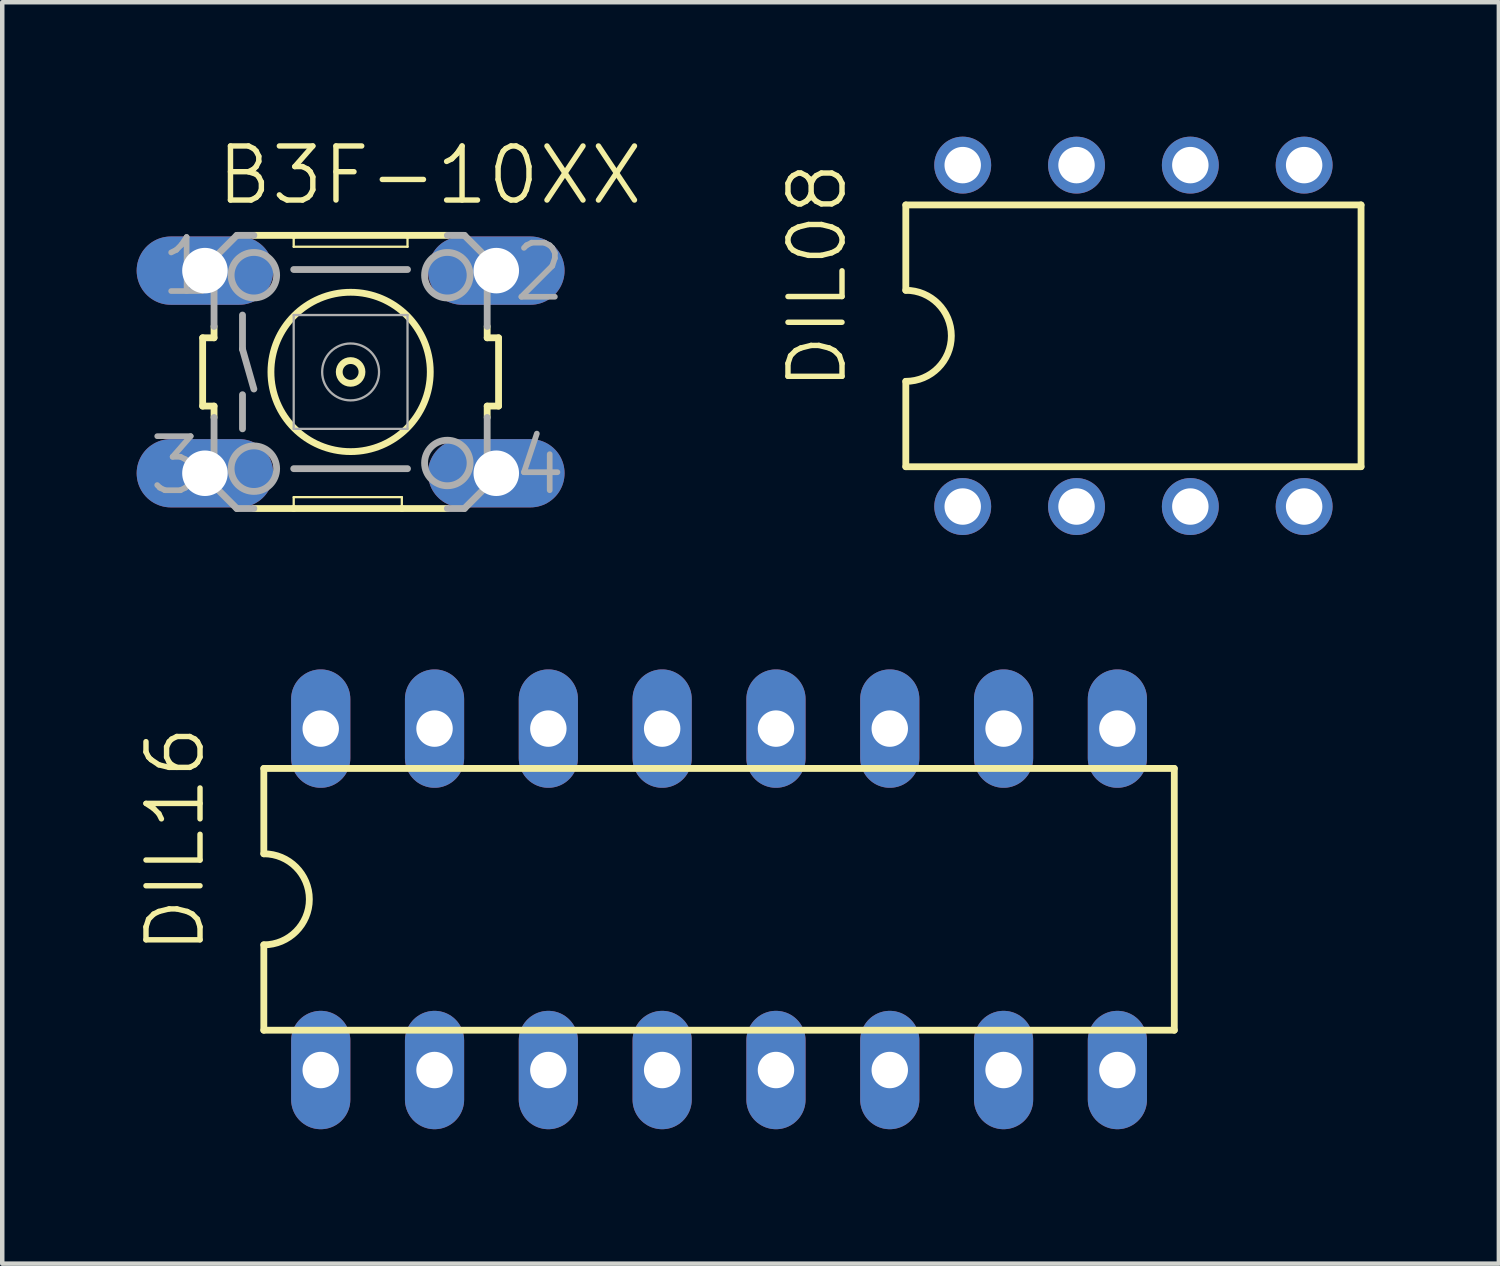
<source format=kicad_pcb>
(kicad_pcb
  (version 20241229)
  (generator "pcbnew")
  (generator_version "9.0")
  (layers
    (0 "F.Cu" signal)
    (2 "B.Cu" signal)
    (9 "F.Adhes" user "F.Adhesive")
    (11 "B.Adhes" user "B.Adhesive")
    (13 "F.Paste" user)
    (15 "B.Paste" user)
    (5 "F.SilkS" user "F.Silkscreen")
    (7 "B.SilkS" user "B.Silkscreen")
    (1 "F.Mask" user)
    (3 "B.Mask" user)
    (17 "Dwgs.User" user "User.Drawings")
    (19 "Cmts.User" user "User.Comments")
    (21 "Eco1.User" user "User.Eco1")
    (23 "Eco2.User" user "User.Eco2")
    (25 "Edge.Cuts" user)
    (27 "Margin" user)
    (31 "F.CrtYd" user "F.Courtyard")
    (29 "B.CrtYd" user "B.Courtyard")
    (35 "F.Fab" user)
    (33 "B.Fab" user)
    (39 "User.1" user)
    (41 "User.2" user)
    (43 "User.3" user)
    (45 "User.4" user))
  (footprint "DIL08"
    (layer "F.Cu")
    (at 22.246 4.445)
    (property "Reference" "DIL08" (at -6.35 1.27 90) (layer "F.SilkS") (effects (font (size 1.206 1.206) (thickness 0.121)) (justify left bottom)))
    (attr through_hole)
    (fp_line (start -5.08 -2.921) (end -5.08 -1.016) (stroke (width 0.152) (type solid)) (layer "F.SilkS"))
    (fp_line (start -5.08 2.921) (end -5.08 1.016) (stroke (width 0.152) (type solid)) (layer "F.SilkS"))
    (fp_line (start -5.08 2.921) (end 5.08 2.921) (stroke (width 0.152) (type solid)) (layer "F.SilkS"))
    (fp_line (start 5.08 -2.921) (end -5.08 -2.921) (stroke (width 0.152) (type solid)) (layer "F.SilkS"))
    (fp_line (start 5.08 -2.921) (end 5.08 2.921) (stroke (width 0.152) (type solid)) (layer "F.SilkS"))
    (fp_arc (start -5.08 -1.016) (mid -4.064 0) (end -5.08 1.016) (stroke (width 0.1524) (type solid)) (layer "F.SilkS"))
    (pad "1" thru_hole circle (at -3.81 3.81 90) (size 1.27 1.27) (drill 0.813) (layers "*.Cu" "*.Mask"))
    (pad "2" thru_hole circle (at -1.27 3.81 90) (size 1.27 1.27) (drill 0.813) (layers "*.Cu" "*.Mask"))
    (pad "3" thru_hole circle (at 1.27 3.81 90) (size 1.27 1.27) (drill 0.813) (layers "*.Cu" "*.Mask"))
    (pad "4" thru_hole circle (at 3.81 3.81 90) (size 1.27 1.27) (drill 0.813) (layers "*.Cu" "*.Mask"))
    (pad "5" thru_hole circle (at 3.81 -3.81 90) (size 1.27 1.27) (drill 0.813) (layers "*.Cu" "*.Mask"))
    (pad "6" thru_hole circle (at 1.27 -3.81 90) (size 1.27 1.27) (drill 0.813) (layers "*.Cu" "*.Mask"))
    (pad "7" thru_hole circle (at -1.27 -3.81 90) (size 1.27 1.27) (drill 0.813) (layers "*.Cu" "*.Mask"))
    (pad "8" thru_hole circle (at -3.81 -3.81 90) (size 1.27 1.27) (drill 0.813) (layers "*.Cu" "*.Mask")))
  (footprint "DIL16"
    (layer "F.Cu")
    (at 12.998 17.021)
    (property "Reference" "DIL16" (at -11.43 1.27 90) (layer "F.SilkS") (effects (font (size 1.206 1.206) (thickness 0.121)) (justify left bottom)))
    (attr through_hole)
    (fp_line (start -10.16 -2.921) (end -10.16 -1.016) (stroke (width 0.152) (type solid)) (layer "F.SilkS"))
    (fp_line (start -10.16 2.921) (end -10.16 1.016) (stroke (width 0.152) (type solid)) (layer "F.SilkS"))
    (fp_line (start -10.16 2.921) (end 10.16 2.921) (stroke (width 0.152) (type solid)) (layer "F.SilkS"))
    (fp_line (start 10.16 -2.921) (end -10.16 -2.921) (stroke (width 0.152) (type solid)) (layer "F.SilkS"))
    (fp_line (start 10.16 -2.921) (end 10.16 2.921) (stroke (width 0.152) (type solid)) (layer "F.SilkS"))
    (fp_arc (start -10.16 -1.016) (mid -9.144 0) (end -10.16 1.016) (stroke (width 0.1524) (type solid)) (layer "F.SilkS"))
    (pad "1" thru_hole oval (at -8.89 3.81 90) (size 2.642 1.321) (drill 0.813) (layers "*.Cu" "*.Mask"))
    (pad "2" thru_hole oval (at -6.35 3.81 90) (size 2.642 1.321) (drill 0.813) (layers "*.Cu" "*.Mask"))
    (pad "3" thru_hole oval (at -3.81 3.81 90) (size 2.642 1.321) (drill 0.813) (layers "*.Cu" "*.Mask"))
    (pad "4" thru_hole oval (at -1.27 3.81 90) (size 2.642 1.321) (drill 0.813) (layers "*.Cu" "*.Mask"))
    (pad "5" thru_hole oval (at 1.27 3.81 90) (size 2.642 1.321) (drill 0.813) (layers "*.Cu" "*.Mask"))
    (pad "6" thru_hole oval (at 3.81 3.81 90) (size 2.642 1.321) (drill 0.813) (layers "*.Cu" "*.Mask"))
    (pad "7" thru_hole oval (at 6.35 3.81 90) (size 2.642 1.321) (drill 0.813) (layers "*.Cu" "*.Mask"))
    (pad "8" thru_hole oval (at 8.89 3.81 90) (size 2.642 1.321) (drill 0.813) (layers "*.Cu" "*.Mask"))
    (pad "9" thru_hole oval (at 8.89 -3.81 90) (size 2.642 1.321) (drill 0.813) (layers "*.Cu" "*.Mask"))
    (pad "10" thru_hole oval (at 6.35 -3.81 90) (size 2.642 1.321) (drill 0.813) (layers "*.Cu" "*.Mask"))
    (pad "11" thru_hole oval (at 3.81 -3.81 90) (size 2.642 1.321) (drill 0.813) (layers "*.Cu" "*.Mask"))
    (pad "12" thru_hole oval (at 1.27 -3.81 90) (size 2.642 1.321) (drill 0.813) (layers "*.Cu" "*.Mask"))
    (pad "13" thru_hole oval (at -1.27 -3.81 90) (size 2.642 1.321) (drill 0.813) (layers "*.Cu" "*.Mask"))
    (pad "14" thru_hole oval (at -3.81 -3.81 90) (size 2.642 1.321) (drill 0.813) (layers "*.Cu" "*.Mask"))
    (pad "15" thru_hole oval (at -6.35 -3.81 90) (size 2.642 1.321) (drill 0.813) (layers "*.Cu" "*.Mask"))
    (pad "16" thru_hole oval (at -8.89 -3.81 90) (size 2.642 1.321) (drill 0.813) (layers "*.Cu" "*.Mask")))
  (footprint "B3F-10XX"
    (layer "F.Cu")
    (at 4.775 5.251)
    (property "Reference" "B3F-10XX" (at -3.048 -3.683 0) (layer "F.SilkS") (effects (font (size 1.206 1.206) (thickness 0.121)) (justify left bottom)))
    (attr through_hole)
    (fp_line (start -3.302 -0.762) (end -3.302 0.762) (stroke (width 0.152) (type solid)) (layer "F.SilkS"))
    (fp_line (start -3.302 -0.762) (end -3.048 -0.762) (stroke (width 0.152) (type solid)) (layer "F.SilkS"))
    (fp_line (start -3.048 -0.762) (end -3.048 -1.016) (stroke (width 0.152) (type solid)) (layer "F.SilkS"))
    (fp_line (start -3.048 0.762) (end -3.302 0.762) (stroke (width 0.152) (type solid)) (layer "F.SilkS"))
    (fp_line (start -3.048 0.762) (end -3.048 1.016) (stroke (width 0.152) (type solid)) (layer "F.SilkS"))
    (fp_line (start -2.159 3.048) (end -1.27 3.048) (stroke (width 0.152) (type solid)) (layer "F.SilkS"))
    (fp_line (start -1.27 -3.048) (end -2.159 -3.048) (stroke (width 0.152) (type solid)) (layer "F.SilkS"))
    (fp_line (start -1.27 -3.048) (end -1.27 -2.794) (stroke (width 0.051) (type solid)) (layer "F.SilkS"))
    (fp_line (start -1.27 2.794) (end -1.27 3.048) (stroke (width 0.051) (type solid)) (layer "F.SilkS"))
    (fp_line (start -1.27 3.048) (end 1.143 3.048) (stroke (width 0.152) (type solid)) (layer "F.SilkS"))
    (fp_line (start 1.143 2.794) (end -1.27 2.794) (stroke (width 0.051) (type solid)) (layer "F.SilkS"))
    (fp_line (start 1.143 2.794) (end 1.143 3.048) (stroke (width 0.051) (type solid)) (layer "F.SilkS"))
    (fp_line (start 1.143 3.048) (end 2.159 3.048) (stroke (width 0.152) (type solid)) (layer "F.SilkS"))
    (fp_line (start 1.27 -3.048) (end -1.27 -3.048) (stroke (width 0.152) (type solid)) (layer "F.SilkS"))
    (fp_line (start 1.27 -2.794) (end -1.27 -2.794) (stroke (width 0.051) (type solid)) (layer "F.SilkS"))
    (fp_line (start 1.27 -2.794) (end 1.27 -3.048) (stroke (width 0.051) (type solid)) (layer "F.SilkS"))
    (fp_line (start 2.159 -3.048) (end 1.27 -3.048) (stroke (width 0.152) (type solid)) (layer "F.SilkS"))
    (fp_line (start 3.048 -0.762) (end 3.048 -1.016) (stroke (width 0.152) (type solid)) (layer "F.SilkS"))
    (fp_line (start 3.048 -0.762) (end 3.302 -0.762) (stroke (width 0.152) (type solid)) (layer "F.SilkS"))
    (fp_line (start 3.048 0.762) (end 3.048 1.016) (stroke (width 0.152) (type solid)) (layer "F.SilkS"))
    (fp_line (start 3.302 0.762) (end 3.048 0.762) (stroke (width 0.152) (type solid)) (layer "F.SilkS"))
    (fp_line (start 3.302 0.762) (end 3.302 -0.762) (stroke (width 0.152) (type solid)) (layer "F.SilkS"))
    (fp_circle (center 0 0) (end 0.254 0) (stroke (width 0.152) (type solid)) (fill no) (layer "F.SilkS"))
    (fp_circle (center 0 0) (end 1.778 0) (stroke (width 0.152) (type solid)) (fill no) (layer "F.SilkS"))
    (fp_line (start -3.048 -2.54) (end -3.048 -1.016) (stroke (width 0.152) (type solid)) (layer "F.Fab"))
    (fp_line (start -3.048 2.54) (end -3.048 1.016) (stroke (width 0.152) (type solid)) (layer "F.Fab"))
    (fp_line (start -2.54 -3.048) (end -3.048 -2.54) (stroke (width 0.152) (type solid)) (layer "F.Fab"))
    (fp_line (start -2.54 -3.048) (end -2.159 -3.048) (stroke (width 0.152) (type solid)) (layer "F.Fab"))
    (fp_line (start -2.54 3.048) (end -3.048 2.54) (stroke (width 0.152) (type solid)) (layer "F.Fab"))
    (fp_line (start -2.54 3.048) (end -2.159 3.048) (stroke (width 0.152) (type solid)) (layer "F.Fab"))
    (fp_line (start -2.413 -1.27) (end -2.413 -0.508) (stroke (width 0.152) (type solid)) (layer "F.Fab"))
    (fp_line (start -2.413 -0.508) (end -2.159 0.381) (stroke (width 0.152) (type solid)) (layer "F.Fab"))
    (fp_line (start -2.413 0.508) (end -2.413 1.27) (stroke (width 0.152) (type solid)) (layer "F.Fab"))
    (fp_line (start -1.27 -1.27) (end -1.27 1.27) (stroke (width 0.051) (type solid)) (layer "F.Fab"))
    (fp_line (start -1.27 -1.27) (end 1.27 -1.27) (stroke (width 0.051) (type solid)) (layer "F.Fab"))
    (fp_line (start -1.27 2.159) (end 1.27 2.159) (stroke (width 0.152) (type solid)) (layer "F.Fab"))
    (fp_line (start 1.27 -2.286) (end -1.27 -2.286) (stroke (width 0.152) (type solid)) (layer "F.Fab"))
    (fp_line (start 1.27 1.27) (end -1.27 1.27) (stroke (width 0.051) (type solid)) (layer "F.Fab"))
    (fp_line (start 1.27 1.27) (end 1.27 -1.27) (stroke (width 0.051) (type solid)) (layer "F.Fab"))
    (fp_line (start 2.54 -3.048) (end 2.159 -3.048) (stroke (width 0.152) (type solid)) (layer "F.Fab"))
    (fp_line (start 2.54 3.048) (end 2.159 3.048) (stroke (width 0.152) (type solid)) (layer "F.Fab"))
    (fp_line (start 2.54 3.048) (end 3.048 2.54) (stroke (width 0.152) (type solid)) (layer "F.Fab"))
    (fp_line (start 3.048 -2.54) (end 2.54 -3.048) (stroke (width 0.152) (type solid)) (layer "F.Fab"))
    (fp_line (start 3.048 -1.016) (end 3.048 -2.54) (stroke (width 0.152) (type solid)) (layer "F.Fab"))
    (fp_line (start 3.048 2.54) (end 3.048 1.016) (stroke (width 0.152) (type solid)) (layer "F.Fab"))
    (fp_circle (center -2.159 -2.159) (end -1.651 -2.159) (stroke (width 0.152) (type solid)) (fill no) (layer "F.Fab"))
    (fp_circle (center -2.159 2.159) (end -1.651 2.159) (stroke (width 0.152) (type solid)) (fill no) (layer "F.Fab"))
    (fp_circle (center 0 0) (end 0.635 0) (stroke (width 0.051) (type solid)) (fill no) (layer "F.Fab"))
    (fp_circle (center 2.159 -2.159) (end 2.667 -2.159) (stroke (width 0.152) (type solid)) (fill no) (layer "F.Fab"))
    (fp_circle (center 2.159 2.032) (end 2.667 2.032) (stroke (width 0.152) (type solid)) (fill no) (layer "F.Fab"))
    (fp_text user "1" (at -4.318 -1.651 0) (layer "F.Fab") (effects (font (size 1.206 1.206) (thickness 0.127)) (justify left bottom)))
    (fp_text user "4" (at 3.556 2.794 0) (layer "F.Fab") (effects (font (size 1.206 1.206) (thickness 0.127)) (justify left bottom)))
    (fp_text user "2" (at 3.556 -1.524 0) (layer "F.Fab") (effects (font (size 1.206 1.206) (thickness 0.127)) (justify left bottom)))
    (fp_text user "3" (at -4.572 2.794 0) (layer "F.Fab") (effects (font (size 1.206 1.206) (thickness 0.127)) (justify left bottom)))
    (pad "1" thru_hole oval (at -3.251 -2.261) (size 3.048 1.524) (drill 1.016) (layers "*.Cu" "*.Mask"))
    (pad "2" thru_hole oval (at 3.251 -2.261) (size 3.048 1.524) (drill 1.016) (layers "*.Cu" "*.Mask"))
    (pad "3" thru_hole oval (at -3.251 2.261) (size 3.048 1.524) (drill 1.016) (layers "*.Cu" "*.Mask"))
    (pad "4" thru_hole oval (at 3.251 2.261) (size 3.048 1.524) (drill 1.016) (layers "*.Cu" "*.Mask")))
  (gr_rect
    (start -3 -3)
    (end 30.402 25.152)
    (stroke (width 0.1) (type default))
    (fill no)
    (layer "Edge.Cuts")))
</source>
